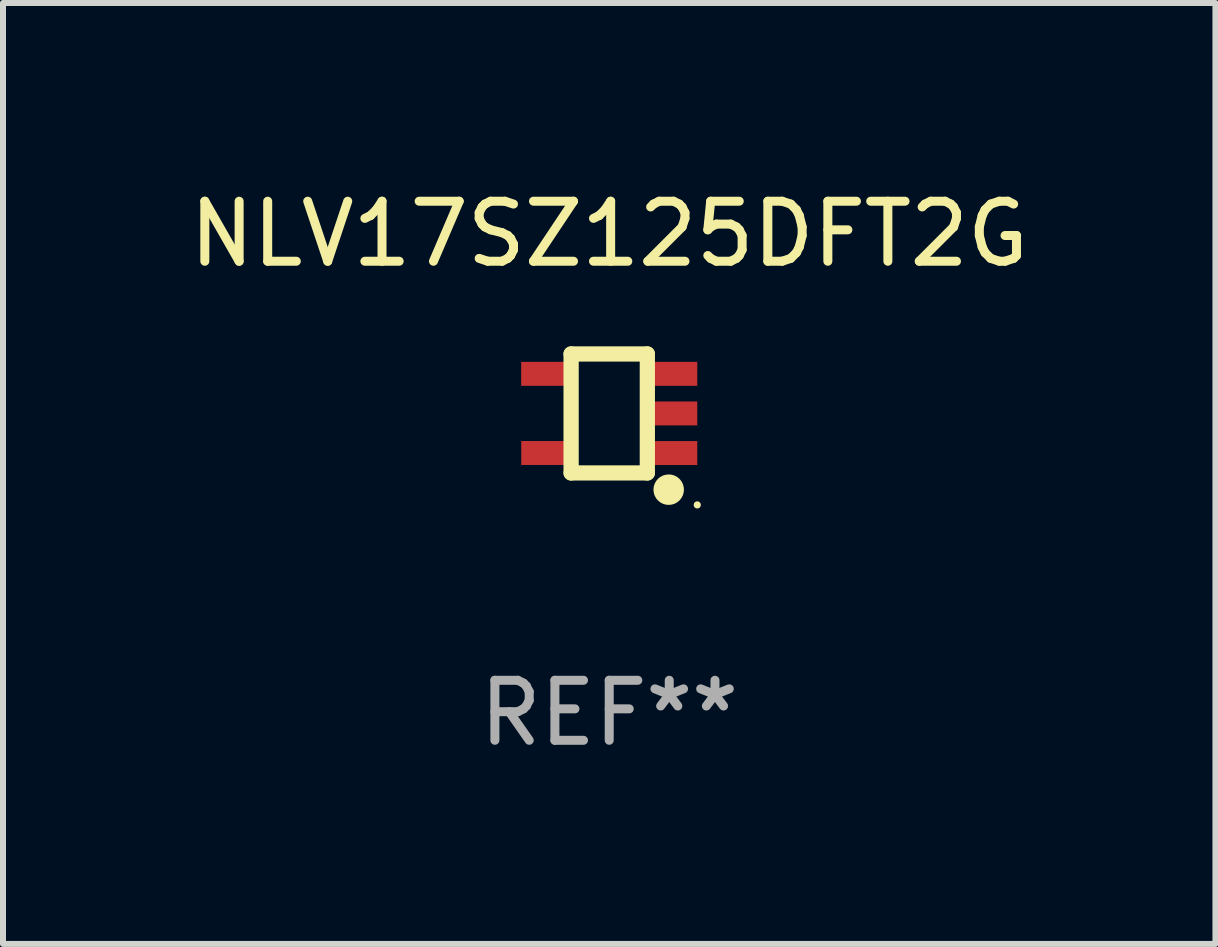
<source format=kicad_pcb>
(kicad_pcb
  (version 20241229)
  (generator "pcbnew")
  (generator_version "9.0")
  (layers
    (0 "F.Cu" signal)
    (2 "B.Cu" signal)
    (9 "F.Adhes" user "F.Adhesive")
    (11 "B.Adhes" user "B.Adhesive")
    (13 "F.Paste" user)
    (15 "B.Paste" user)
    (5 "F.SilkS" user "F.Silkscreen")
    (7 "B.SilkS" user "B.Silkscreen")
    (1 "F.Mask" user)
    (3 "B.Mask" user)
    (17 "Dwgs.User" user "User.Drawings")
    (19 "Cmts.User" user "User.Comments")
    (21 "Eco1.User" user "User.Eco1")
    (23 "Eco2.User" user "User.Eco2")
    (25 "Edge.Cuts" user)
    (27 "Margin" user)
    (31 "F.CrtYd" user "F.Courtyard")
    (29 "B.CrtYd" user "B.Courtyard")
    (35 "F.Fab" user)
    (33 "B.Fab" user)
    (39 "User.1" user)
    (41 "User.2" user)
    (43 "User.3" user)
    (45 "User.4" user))
  (footprint "NLV17SZ125DFT2G"
    (layer "F.Cu")
    (at 7.101 3.839)
    (property "Reference" "NLV17SZ125DFT2G" (at 0 -2.991 0) (layer "F.SilkS") (effects (font (size 1 1) (thickness 0.15))))
    (attr through_hole)
    (fp_line (start -0.635 -0.991) (end 0.635 -0.991) (stroke (width 0.254) (type solid)) (layer "F.SilkS"))
    (fp_line (start -0.635 0.991) (end -0.635 -0.991) (stroke (width 0.254) (type solid)) (layer "F.SilkS"))
    (fp_line (start 0.635 -0.991) (end 0.635 0.991) (stroke (width 0.254) (type solid)) (layer "F.SilkS"))
    (fp_line (start 0.635 0.991) (end -0.635 0.991) (stroke (width 0.254) (type solid)) (layer "F.SilkS"))
    (fp_circle (center 0.991 1.27) (end 1.118 1.27) (stroke (width 0.254) (type solid)) (fill no) (layer "F.SilkS"))
    (fp_circle (center 1.467 1.524) (end 1.497 1.524) (stroke (width 0.06) (type solid)) (fill no) (layer "F.SilkS"))
    (fp_text user "REF**" (at 0 4.991 0) (layer "F.Fab") (effects (font (size 1 1) (thickness 0.15))))
    (pad "1" smd rect (at 1.067 0.66 180) (size 0.8 0.399) (layers "F.Cu" "F.Mask" "F.Paste"))
    (pad "2" smd rect (at 1.067 0 180) (size 0.8 0.399) (layers "F.Cu" "F.Mask" "F.Paste"))
    (pad "3" smd rect (at 1.067 -0.66 180) (size 0.8 0.399) (layers "F.Cu" "F.Mask" "F.Paste"))
    (pad "4" smd rect (at -1.067 -0.66 180) (size 0.8 0.399) (layers "F.Cu" "F.Mask" "F.Paste"))
    (pad "5" smd rect (at -1.066 0.659 180) (size 0.8 0.399) (layers "F.Cu" "F.Mask" "F.Paste")))
  (gr_rect
    (start -3 -3)
    (end 17.202 12.678)
    (stroke (width 0.1) (type default))
    (fill no)
    (layer "Edge.Cuts")))
</source>
